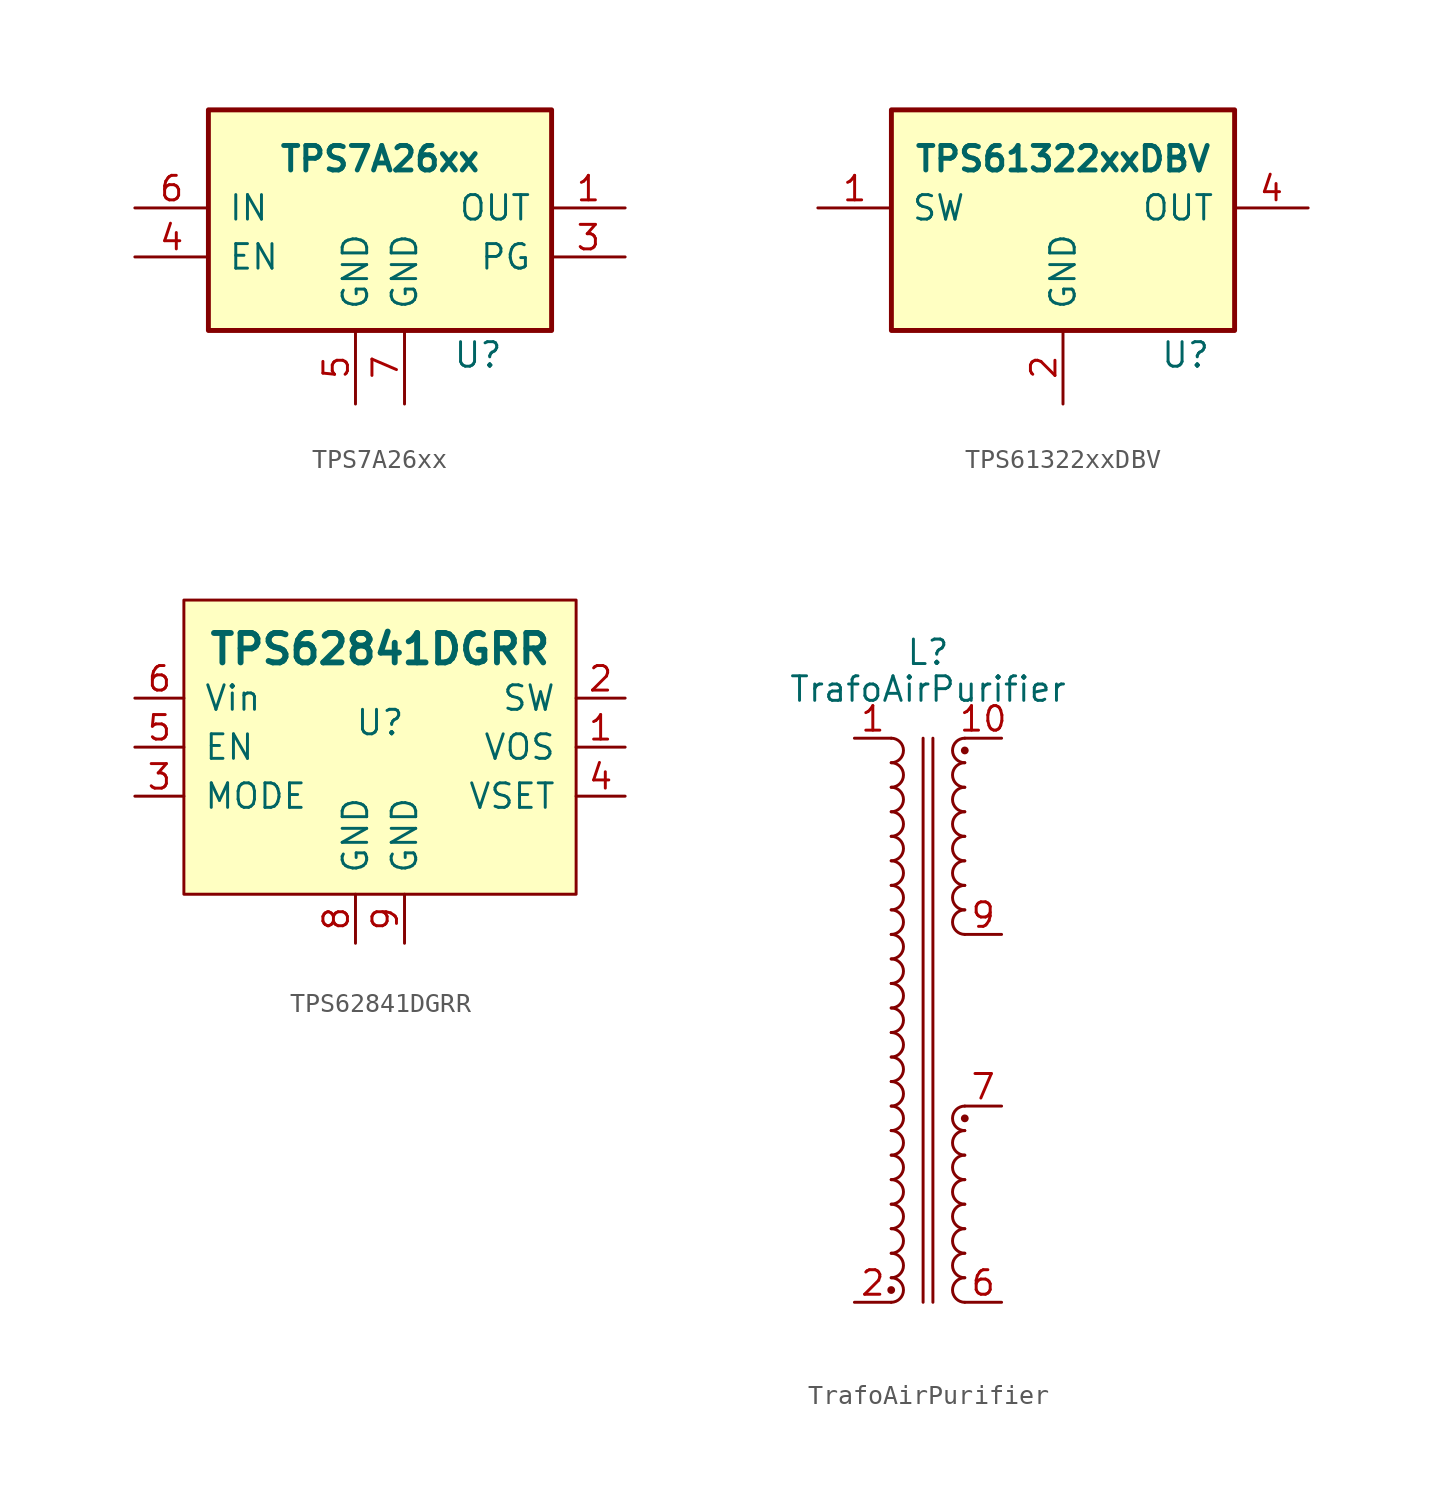
<source format=kicad_sym>
(kicad_symbol_lib
  (version 20231120)
  (generator "kicad_symbol_editor")
  (generator_version "8.0")
  (symbol "TPS7A26xx"
    (pin_names
      (offset 1.016))
    (property "Reference" "U"
      (at 5.08 -7.62 0)
      (effects (font (size 1.27 1.27))))
    (property "Value" "TPS7A26xx"
      (at 0 2.54 0)
      (effects (font (size 1.27 1.27) (bold yes))))
    (symbol "TPS7A26xx_0_1"
      (rectangle (start -8.89 5.08) (end 8.89 -6.35) (stroke (width 0.254) (type default)) (fill (type background))))
    (symbol "TPS7A26xx_1_1"
      (pin passive line (at 12.7 0 180) (length 3.81) (name "OUT" (effects (font (size 1.27 1.27)))) (number "1" (effects (font (size 1.27 1.27)))))
      (pin passive line (at 12.7 -2.54 180) (length 3.81) (name "PG" (effects (font (size 1.27 1.27)))) (number "3" (effects (font (size 1.27 1.27)))))
      (pin passive line (at -12.7 -2.54 0) (length 3.81) (name "EN" (effects (font (size 1.27 1.27)))) (number "4" (effects (font (size 1.27 1.27)))))
      (pin passive line (at -1.27 -10.16 90) (length 3.81) (name "GND" (effects (font (size 1.27 1.27)))) (number "5" (effects (font (size 1.27 1.27)))))
      (pin passive line (at -12.7 0 0) (length 3.81) (name "IN" (effects (font (size 1.27 1.27)))) (number "6" (effects (font (size 1.27 1.27)))))
      (pin passive line (at 1.27 -10.16 90) (length 3.81) (name "GND" (effects (font (size 1.27 1.27)))) (number "7" (effects (font (size 1.27 1.27)))))))
  (symbol "TPS61322xxDBV"
    (pin_names
      (offset 1.016))
    (property "Reference" "U"
      (at 6.35 -7.62 0)
      (effects (font (size 1.27 1.27))))
    (property "Value" "TPS61322xxDBV"
      (at 0 2.54 0)
      (effects (font (size 1.27 1.27) (bold yes))))
    (symbol "TPS61322xxDBV_0_1"
      (rectangle (start -8.89 5.08) (end 8.89 -6.35) (stroke (width 0.254) (type default)) (fill (type background))))
    (symbol "TPS61322xxDBV_1_1"
      (pin passive line (at -12.7 0 0) (length 3.81) (name "SW" (effects (font (size 1.27 1.27)))) (number "1" (effects (font (size 1.27 1.27)))))
      (pin passive line (at 0 -10.16 90) (length 3.81) (name "GND" (effects (font (size 1.27 1.27)))) (number "2" (effects (font (size 1.27 1.27)))))
      (pin passive line (at 12.7 0 180) (length 3.81) (name "OUT" (effects (font (size 1.27 1.27)))) (number "4" (effects (font (size 1.27 1.27)))))))
  (symbol "TPS62841DGRR"
    (pin_names
      (offset 1.016))
    (property "Reference" "U"
      (at 0 1.27 0)
      (effects (font (size 1.27 1.27))))
    (property "Value" "TPS62841DGRR"
      (at 0 5.08 0)
      (effects (font (size 1.524 1.524) (bold yes))))
    (symbol "TPS62841DGRR_0_1"
      (rectangle (start 10.16 -7.62) (end -10.16 7.62) (stroke (width 0) (type default)) (fill (type background))))
    (symbol "TPS62841DGRR_1_1"
      (pin passive line (at 12.7 0 180) (length 2.54) (name "VOS" (effects (font (size 1.27 1.27)))) (number "1" (effects (font (size 1.27 1.27)))))
      (pin passive line (at 12.7 2.54 180) (length 2.54) (name "SW" (effects (font (size 1.27 1.27)))) (number "2" (effects (font (size 1.27 1.27)))))
      (pin passive line (at -12.7 -2.54 0) (length 2.54) (name "MODE" (effects (font (size 1.27 1.27)))) (number "3" (effects (font (size 1.27 1.27)))))
      (pin passive line (at 12.7 -2.54 180) (length 2.54) (name "VSET" (effects (font (size 1.27 1.27)))) (number "4" (effects (font (size 1.27 1.27)))))
      (pin passive line (at -12.7 0 0) (length 2.54) (name "EN" (effects (font (size 1.27 1.27)))) (number "5" (effects (font (size 1.27 1.27)))))
      (pin passive line (at -12.7 2.54 0) (length 2.54) (name "Vin" (effects (font (size 1.27 1.27)))) (number "6" (effects (font (size 1.27 1.27)))))
      (pin passive line (at -1.27 -10.16 90) (length 2.54) (name "GND" (effects (font (size 1.27 1.27)))) (number "8" (effects (font (size 1.27 1.27)))))
      (pin passive line (at 1.27 -10.16 90) (length 2.54) (name "GND" (effects (font (size 1.27 1.27)))) (number "9" (effects (font (size 1.27 1.27)))))))
  (symbol "TrafoAirPurifier"
    (pin_names
      (offset 1.016))
    (property "Reference" "L"
      (at 0 10.795 0)
      (effects (font (size 1.27 1.27))))
    (property "Value" "TrafoAirPurifier"
      (at 0 8.89 0)
      (effects (font (size 1.27 1.27))))
    (symbol "TrafoAirPurifier_0_1"
      (arc (start -1.905 -22.86) (mid -1.2727 -22.225) (end -1.905 -21.59) (stroke (width 0) (type default)) (fill (type none)))
      (circle (center -1.905 -22.225) (radius 0.127) (stroke (width 0) (type default)) (fill (type outline)))
      (arc (start -1.905 -21.59) (mid -1.2727 -20.955) (end -1.905 -20.32) (stroke (width 0) (type default)) (fill (type none)))
      (arc (start -1.905 -20.32) (mid -1.2727 -19.685) (end -1.905 -19.05) (stroke (width 0) (type default)) (fill (type none)))
      (arc (start -1.905 -19.05) (mid -1.2727 -18.415) (end -1.905 -17.78) (stroke (width 0) (type default)) (fill (type none)))
      (arc (start -1.905 -17.78) (mid -1.2727 -17.145) (end -1.905 -16.51) (stroke (width 0) (type default)) (fill (type none)))
      (arc (start -1.905 -16.51) (mid -1.2727 -15.875) (end -1.905 -15.24) (stroke (width 0) (type default)) (fill (type none)))
      (arc (start -1.905 -15.24) (mid -1.2727 -14.605) (end -1.905 -13.97) (stroke (width 0) (type default)) (fill (type none)))
      (arc (start -1.905 -13.97) (mid -1.2727 -13.335) (end -1.905 -12.7) (stroke (width 0) (type default)) (fill (type none)))
      (arc (start -1.905 -12.7) (mid -1.2727 -12.065) (end -1.905 -11.43) (stroke (width 0) (type default)) (fill (type none)))
      (arc (start -1.905 -11.43) (mid -1.2727 -10.795) (end -1.905 -10.16) (stroke (width 0) (type default)) (fill (type none)))
      (arc (start -1.905 -10.16) (mid -1.2727 -9.525) (end -1.905 -8.89) (stroke (width 0) (type default)) (fill (type none)))
      (arc (start -1.905 -8.89) (mid -1.2727 -8.255) (end -1.905 -7.62) (stroke (width 0) (type default)) (fill (type none)))
      (arc (start -1.905 -7.62) (mid -1.2727 -6.985) (end -1.905 -6.35) (stroke (width 0) (type default)) (fill (type none)))
      (arc (start -1.905 -6.35) (mid -1.2727 -5.715) (end -1.905 -5.08) (stroke (width 0) (type default)) (fill (type none)))
      (arc (start -1.905 -5.08) (mid -1.2727 -4.445) (end -1.905 -3.81) (stroke (width 0) (type default)) (fill (type none)))
      (arc (start -1.905 -3.81) (mid -1.2727 -3.175) (end -1.905 -2.54) (stroke (width 0) (type default)) (fill (type none)))
      (arc (start -1.905 -2.54) (mid -1.2727 -1.905) (end -1.905 -1.27) (stroke (width 0) (type default)) (fill (type none)))
      (arc (start -1.905 -1.27) (mid -1.2727 -0.635) (end -1.905 0) (stroke (width 0) (type default)) (fill (type none)))
      (arc (start -1.905 0) (mid -1.2727 0.635) (end -1.905 1.27) (stroke (width 0) (type default)) (fill (type none)))
      (arc (start -1.905 1.27) (mid -1.2727 1.905) (end -1.905 2.54) (stroke (width 0) (type default)) (fill (type none)))
      (arc (start -1.905 2.54) (mid -1.2727 3.175) (end -1.905 3.81) (stroke (width 0) (type default)) (fill (type none)))
      (arc (start -1.905 3.81) (mid -1.2727 4.445) (end -1.905 5.08) (stroke (width 0) (type default)) (fill (type none)))
      (arc (start -1.905 5.08) (mid -1.2727 5.715) (end -1.905 6.35) (stroke (width 0) (type default)) (fill (type none)))
      (polyline (pts (xy -0.254 -22.86) (xy -0.254 6.35)) (stroke (width 0) (type default)) (fill (type none)))
      (polyline (pts (xy 0.254 6.35) (xy 0.254 -22.86)) (stroke (width 0) (type default)) (fill (type none)))
      (arc (start 1.905 -21.59) (mid 1.2727 -22.225) (end 1.905 -22.86) (stroke (width 0) (type default)) (fill (type none)))
      (arc (start 1.905 -20.32) (mid 1.2727 -20.955) (end 1.905 -21.59) (stroke (width 0) (type default)) (fill (type none)))
      (arc (start 1.905 -19.05) (mid 1.2727 -19.685) (end 1.905 -20.32) (stroke (width 0) (type default)) (fill (type none)))
      (arc (start 1.905 -17.78) (mid 1.2727 -18.415) (end 1.905 -19.05) (stroke (width 0) (type default)) (fill (type none)))
      (arc (start 1.905 -16.51) (mid 1.2727 -17.145) (end 1.905 -17.78) (stroke (width 0) (type default)) (fill (type none)))
      (arc (start 1.905 -15.24) (mid 1.2727 -15.875) (end 1.905 -16.51) (stroke (width 0) (type default)) (fill (type none)))
      (arc (start 1.905 -13.97) (mid 1.2727 -14.605) (end 1.905 -15.24) (stroke (width 0) (type default)) (fill (type none)))
      (circle (center 1.905 -13.335) (radius 0.127) (stroke (width 0) (type default)) (fill (type outline)))
      (arc (start 1.905 -12.7) (mid 1.2727 -13.335) (end 1.905 -13.97) (stroke (width 0) (type default)) (fill (type none)))
      (arc (start 1.905 -2.54) (mid 1.2727 -3.175) (end 1.905 -3.81) (stroke (width 0) (type default)) (fill (type none)))
      (arc (start 1.905 -1.27) (mid 1.2727 -1.905) (end 1.905 -2.54) (stroke (width 0) (type default)) (fill (type none)))
      (arc (start 1.905 0) (mid 1.2727 -0.635) (end 1.905 -1.27) (stroke (width 0) (type default)) (fill (type none)))
      (arc (start 1.905 1.27) (mid 1.2727 0.635) (end 1.905 0) (stroke (width 0) (type default)) (fill (type none)))
      (arc (start 1.905 2.54) (mid 1.2727 1.905) (end 1.905 1.27) (stroke (width 0) (type default)) (fill (type none)))
      (arc (start 1.905 3.81) (mid 1.2727 3.175) (end 1.905 2.54) (stroke (width 0) (type default)) (fill (type none)))
      (arc (start 1.905 5.08) (mid 1.2727 4.445) (end 1.905 3.81) (stroke (width 0) (type default)) (fill (type none)))
      (circle (center 1.905 5.715) (radius 0.127) (stroke (width 0) (type default)) (fill (type outline)))
      (arc (start 1.905 6.35) (mid 1.2727 5.715) (end 1.905 5.08) (stroke (width 0) (type default)) (fill (type none))))
    (symbol "TrafoAirPurifier_1_1"
      (pin passive line (at -3.81 6.35 0) (length 1.905) (name "~" (effects (font (size 1.27 1.27)))) (number "1" (effects (font (size 1.27 1.27)))))
      (pin passive line (at 3.81 6.35 180) (length 1.905) (name "~" (effects (font (size 1.27 1.27)))) (number "10" (effects (font (size 1.27 1.27)))))
      (pin passive line (at -3.81 -22.86 0) (length 1.905) (name "~" (effects (font (size 1.27 1.27)))) (number "2" (effects (font (size 1.27 1.27)))))
      (pin passive line (at 3.81 -22.86 180) (length 1.905) (name "~" (effects (font (size 1.27 1.27)))) (number "6" (effects (font (size 1.27 1.27)))))
      (pin passive line (at 3.81 -12.7 180) (length 1.905) (name "~" (effects (font (size 1.27 1.27)))) (number "7" (effects (font (size 1.27 1.27)))))
      (pin passive line (at 3.81 -3.81 180) (length 1.905) (name "~" (effects (font (size 1.27 1.27)))) (number "9" (effects (font (size 1.27 1.27))))))))
</source>
